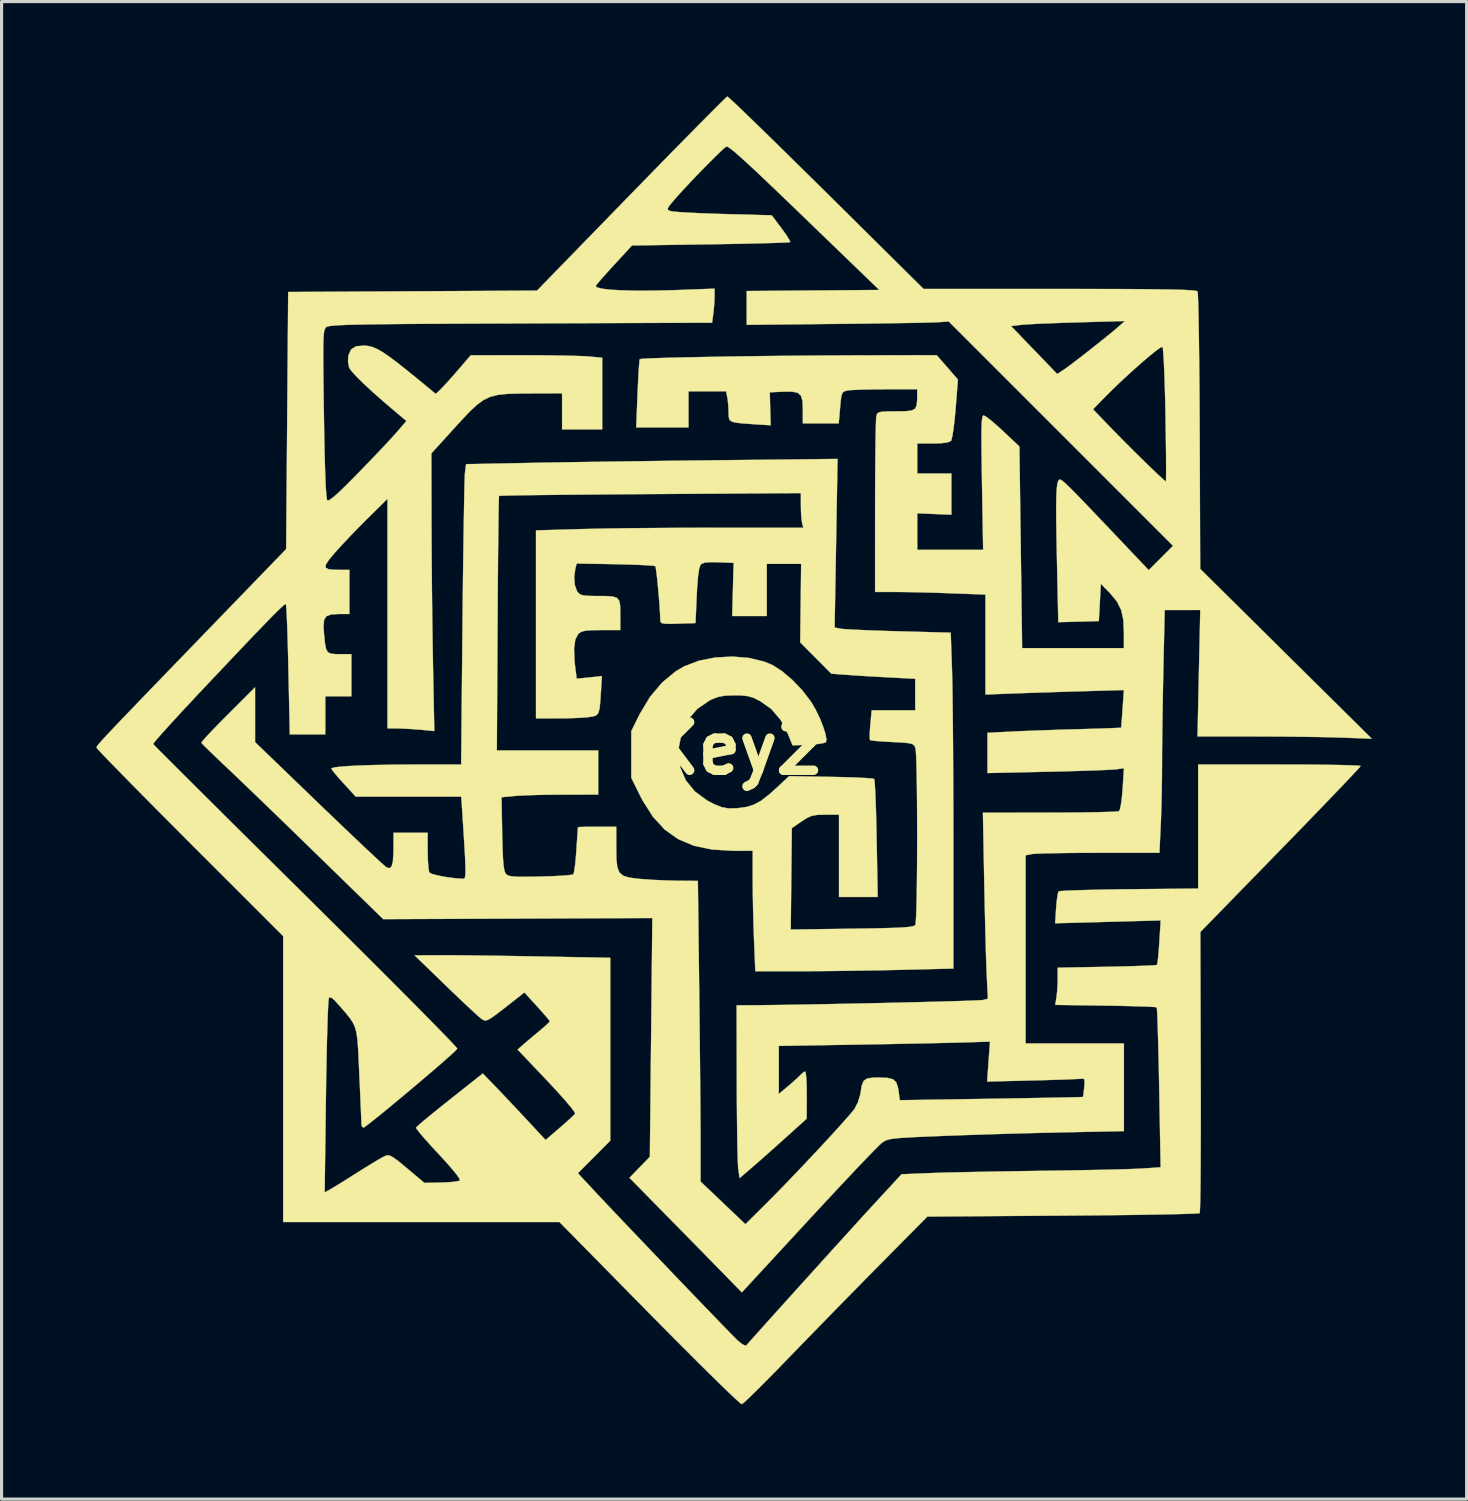
<source format=kicad_pcb>
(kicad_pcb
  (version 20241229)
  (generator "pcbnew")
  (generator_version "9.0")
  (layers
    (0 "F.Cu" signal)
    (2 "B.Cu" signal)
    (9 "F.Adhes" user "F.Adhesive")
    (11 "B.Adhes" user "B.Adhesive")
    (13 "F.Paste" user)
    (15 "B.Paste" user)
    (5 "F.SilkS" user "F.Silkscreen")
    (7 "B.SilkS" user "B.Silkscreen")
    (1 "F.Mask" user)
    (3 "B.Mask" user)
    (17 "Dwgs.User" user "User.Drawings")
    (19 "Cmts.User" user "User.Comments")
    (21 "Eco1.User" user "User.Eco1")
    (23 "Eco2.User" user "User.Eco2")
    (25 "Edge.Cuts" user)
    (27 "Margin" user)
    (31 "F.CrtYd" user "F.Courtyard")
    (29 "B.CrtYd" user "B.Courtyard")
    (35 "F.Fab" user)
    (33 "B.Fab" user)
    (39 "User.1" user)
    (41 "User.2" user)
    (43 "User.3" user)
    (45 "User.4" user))
  (footprint "Key2"
    (layer "F.Cu")
    (at 20.262 20.636)
    (property "Reference" "Key2" (at 0 0 0) (layer "F.SilkS") (effects (font (size 1.524 1.524) (thickness 0.3))))
    (attr through_hole)
    (fp_poly (pts (xy -0.241 -20.588) (xy -0.105 -20.464) (xy 0.106 -20.264) (xy 0.384 -19.996) (xy 0.723 -19.668) (xy 1.114 -19.286) (xy 1.551 -18.859) (xy 2.025 -18.392) (xy 2.53 -17.894) (xy 2.838 -17.59) (xy 5.915 -14.542) (xy 10.224 -14.542) (xy 11.107 -14.541) (xy 11.87 -14.54) (xy 12.521 -14.537) (xy 13.067 -14.533) (xy 13.516 -14.527) (xy 13.875 -14.521) (xy 14.152 -14.512) (xy 14.355 -14.501) (xy 14.489 -14.489) (xy 14.564 -14.474) (xy 14.585 -14.462) (xy 14.594 -14.387) (xy 14.603 -14.195) (xy 14.612 -13.897) (xy 14.62 -13.504) (xy 14.628 -13.026) (xy 14.635 -12.473) (xy 14.641 -11.857) (xy 14.647 -11.187) (xy 14.651 -10.474) (xy 14.653 -10.033) (xy 14.669 -5.683) (xy 20.098 -0.31) (xy 19.119 -0.345) (xy 18.781 -0.355) (xy 18.345 -0.364) (xy 17.843 -0.371) (xy 17.305 -0.377) (xy 16.761 -0.38) (xy 16.363 -0.381) (xy 14.585 -0.381) (xy 14.672 -4.382) (xy 14.109 -4.381) (xy 13.546 -4.381) (xy 13.504 -2.524) (xy 13.493 -1.978) (xy 13.483 -1.407) (xy 13.474 -0.843) (xy 13.467 -0.317) (xy 13.463 0.14) (xy 13.462 0.45) (xy 13.459 0.901) (xy 13.452 1.388) (xy 13.441 1.865) (xy 13.427 2.284) (xy 13.42 2.435) (xy 13.379 3.302) (xy 11.46 3.302) (xy 10.969 3.303) (xy 10.511 3.307) (xy 10.104 3.313) (xy 9.766 3.32) (xy 9.513 3.329) (xy 9.365 3.338) (xy 9.342 3.342) (xy 9.144 3.381) (xy 9.144 9.335) (xy 12.255 9.335) (xy 12.255 12.109) (xy 10.208 12.151) (xy 9.601 12.165) (xy 8.938 12.182) (xy 8.255 12.202) (xy 7.591 12.223) (xy 6.98 12.244) (xy 6.477 12.263) (xy 5.971 12.284) (xy 5.575 12.302) (xy 5.274 12.319) (xy 5.052 12.337) (xy 4.893 12.358) (xy 4.78 12.384) (xy 4.698 12.415) (xy 4.631 12.456) (xy 4.588 12.488) (xy 4.504 12.565) (xy 4.344 12.725) (xy 4.117 12.96) (xy 3.831 13.259) (xy 3.497 13.613) (xy 3.124 14.011) (xy 2.721 14.444) (xy 2.297 14.901) (xy 2.272 14.928) (xy 0.164 17.212) (xy -0.256 16.782) (xy -0.409 16.624) (xy -0.636 16.393) (xy -0.921 16.102) (xy -1.247 15.769) (xy -1.6 15.41) (xy -1.963 15.04) (xy -2.033 14.969) (xy -3.391 13.587) (xy -2.746 12.922) (xy -2.668 5.366) (xy -6.926 5.383) (xy -11.184 5.401) (xy -13.26 3.378) (xy -13.721 2.929) (xy -14.184 2.479) (xy -14.634 2.043) (xy -15.058 1.634) (xy -15.441 1.265) (xy -15.769 0.951) (xy -16.027 0.704) (xy -16.129 0.608) (xy -16.39 0.361) (xy -16.617 0.144) (xy -16.795 -0.029) (xy -16.907 -0.143) (xy -16.939 -0.181) (xy -16.901 -0.237) (xy -16.786 -0.367) (xy -16.608 -0.558) (xy -16.38 -0.794) (xy -16.116 -1.061) (xy -16.097 -1.079) (xy -15.24 -1.935) (xy -15.24 -0.2) (xy -13.216 1.751) (xy -12.791 2.159) (xy -12.391 2.541) (xy -12.027 2.888) (xy -11.708 3.189) (xy -11.443 3.437) (xy -11.244 3.621) (xy -11.119 3.733) (xy -11.081 3.763) (xy -10.984 3.789) (xy -10.918 3.73) (xy -10.879 3.576) (xy -10.861 3.313) (xy -10.859 3.159) (xy -10.858 2.667) (xy -9.779 2.667) (xy -9.778 3.254) (xy -9.772 3.523) (xy -9.757 3.747) (xy -9.735 3.894) (xy -9.723 3.928) (xy -9.639 3.972) (xy -9.462 4.019) (xy -9.224 4.064) (xy -8.958 4.101) (xy -8.698 4.122) (xy -8.644 4.125) (xy -8.617 4.116) (xy -8.597 4.078) (xy -8.585 4) (xy -8.581 3.868) (xy -8.585 3.67) (xy -8.597 3.392) (xy -8.618 3.023) (xy -8.648 2.55) (xy -8.676 2.111) (xy -8.715 1.524) (xy -12.054 1.524) (xy -12.44 1.102) (xy -12.612 0.911) (xy -12.744 0.754) (xy -12.818 0.655) (xy -12.827 0.635) (xy -12.765 0.607) (xy -12.588 0.581) (xy -12.306 0.558) (xy -11.931 0.539) (xy -11.474 0.524) (xy -10.945 0.514) (xy -10.357 0.509) (xy -10.153 0.508) (xy -8.718 0.508) (xy -8.675 -3.985) (xy -8.667 -4.736) (xy -8.659 -5.455) (xy -8.65 -6.131) (xy -8.641 -6.753) (xy -8.632 -7.31) (xy -8.624 -7.792) (xy -8.616 -8.188) (xy -8.608 -8.486) (xy -8.601 -8.675) (xy -8.596 -8.738) (xy -8.561 -8.998) (xy -6.424 -9.039) (xy -5.94 -9.048) (xy -5.351 -9.057) (xy -4.678 -9.068) (xy -3.942 -9.078) (xy -3.164 -9.089) (xy -2.366 -9.1) (xy -1.569 -9.11) (xy -0.795 -9.119) (xy -0.547 -9.122) (xy 3.193 -9.163) (xy 3.147 -6.496) (xy 3.1 -3.828) (xy 3.29 -3.79) (xy 3.404 -3.778) (xy 3.626 -3.764) (xy 3.935 -3.749) (xy 4.314 -3.734) (xy 4.742 -3.719) (xy 5.128 -3.708) (xy 6.775 -3.664) (xy 6.817 -2.425) (xy 6.824 -2.137) (xy 6.831 -1.737) (xy 6.837 -1.24) (xy 6.843 -0.663) (xy 6.848 -0.021) (xy 6.852 0.672) (xy 6.855 1.4) (xy 6.857 2.147) (xy 6.858 2.889) (xy 6.858 6.965) (xy 5.133 7.007) (xy 4.574 7.019) (xy 3.963 7.029) (xy 3.34 7.038) (xy 2.745 7.045) (xy 2.217 7.048) (xy 2 7.048) (xy 0.591 7.048) (xy 0.55 6.048) (xy 0.534 5.604) (xy 0.521 5.107) (xy 0.512 4.617) (xy 0.508 4.189) (xy 0.508 4.143) (xy 0.508 3.239) (xy -0.111 3.238) (xy -0.778 3.198) (xy -1.354 3.078) (xy -1.849 2.869) (xy -2.277 2.566) (xy -2.649 2.16) (xy -2.976 1.645) (xy -3.063 1.477) (xy -3.334 0.929) (xy -3.334 -0.549) (xy -3.065 -1.092) (xy -2.743 -1.629) (xy -2.357 -2.087) (xy -1.921 -2.446) (xy -1.661 -2.598) (xy -1.199 -2.775) (xy -0.679 -2.878) (xy -0.136 -2.908) (xy 0.396 -2.864) (xy 0.882 -2.745) (xy 1.136 -2.639) (xy 1.443 -2.442) (xy 1.771 -2.161) (xy 2.085 -1.831) (xy 2.352 -1.481) (xy 2.366 -1.46) (xy 2.502 -1.226) (xy 2.628 -0.964) (xy 2.733 -0.702) (xy 2.808 -0.469) (xy 2.842 -0.291) (xy 2.825 -0.198) (xy 2.735 -0.167) (xy 2.554 -0.139) (xy 2.317 -0.12) (xy 2.266 -0.118) (xy 1.77 -0.098) (xy 1.624 -0.457) (xy 1.393 -0.904) (xy 1.097 -1.249) (xy 0.751 -1.495) (xy 0.546 -1.598) (xy 0.363 -1.655) (xy 0.146 -1.679) (xy -0.064 -1.683) (xy -0.358 -1.672) (xy -0.582 -1.633) (xy -0.787 -1.555) (xy -0.849 -1.524) (xy -1.242 -1.257) (xy -1.542 -0.907) (xy -1.742 -0.488) (xy -1.835 -0.01) (xy -1.841 0.158) (xy -1.782 0.608) (xy -1.607 1.012) (xy -1.321 1.362) (xy -0.928 1.651) (xy -0.71 1.764) (xy -0.473 1.858) (xy -0.264 1.897) (xy -0.011 1.893) (xy 0.026 1.89) (xy 0.307 1.852) (xy 0.546 1.778) (xy 0.777 1.652) (xy 1.031 1.455) (xy 1.251 1.258) (xy 1.661 0.876) (xy 2.984 0.899) (xy 3.382 0.907) (xy 3.737 0.919) (xy 4.028 0.932) (xy 4.237 0.947) (xy 4.343 0.962) (xy 4.352 0.966) (xy 4.365 1.038) (xy 4.378 1.222) (xy 4.392 1.5) (xy 4.406 1.855) (xy 4.418 2.273) (xy 4.428 2.736) (xy 4.43 2.855) (xy 4.464 4.699) (xy 3.239 4.699) (xy 3.239 2.095) (xy 2.801 2.095) (xy 2.551 2.102) (xy 2.374 2.133) (xy 2.217 2.204) (xy 2.055 2.308) (xy 1.746 2.521) (xy 1.712 5.731) (xy 3.654 5.704) (xy 4.217 5.696) (xy 4.665 5.686) (xy 5.011 5.676) (xy 5.269 5.663) (xy 5.449 5.648) (xy 5.566 5.629) (xy 5.632 5.606) (xy 5.655 5.585) (xy 5.668 5.501) (xy 5.68 5.306) (xy 5.691 5.016) (xy 5.699 4.648) (xy 5.705 4.217) (xy 5.71 3.74) (xy 5.712 3.233) (xy 5.713 2.712) (xy 5.712 2.193) (xy 5.709 1.692) (xy 5.704 1.226) (xy 5.697 0.81) (xy 5.688 0.461) (xy 5.678 0.195) (xy 5.665 0.028) (xy 5.656 -0.019) (xy 5.623 -0.088) (xy 5.57 -0.134) (xy 5.472 -0.164) (xy 5.306 -0.183) (xy 5.045 -0.198) (xy 4.926 -0.203) (xy 4.647 -0.219) (xy 4.418 -0.236) (xy 4.267 -0.254) (xy 4.221 -0.266) (xy 4.211 -0.341) (xy 4.213 -0.507) (xy 4.229 -0.731) (xy 4.231 -0.753) (xy 4.273 -1.206) (xy 5.652 -1.206) (xy 5.652 -2.205) (xy 4.842 -2.248) (xy 4.472 -2.268) (xy 4.089 -2.29) (xy 3.743 -2.312) (xy 3.515 -2.328) (xy 2.997 -2.366) (xy 2.505 -2.861) (xy 2.012 -3.356) (xy 2.027 -4.599) (xy 2.041 -5.842) (xy 1.497 -5.842) (xy 0.953 -5.842) (xy 0.953 -4.191) (xy -0.141 -4.191) (xy -0.095 -5.874) (xy -0.578 -5.892) (xy -0.844 -5.896) (xy -1.013 -5.88) (xy -1.112 -5.84) (xy -1.143 -5.81) (xy -1.186 -5.691) (xy -1.222 -5.449) (xy -1.251 -5.085) (xy -1.264 -4.839) (xy -1.302 -3.969) (xy -1.857 -3.95) (xy -2.125 -3.944) (xy -2.291 -3.95) (xy -2.378 -3.971) (xy -2.411 -4.012) (xy -2.415 -4.046) (xy -2.423 -4.248) (xy -2.439 -4.51) (xy -2.462 -4.804) (xy -2.488 -5.101) (xy -2.515 -5.374) (xy -2.541 -5.594) (xy -2.562 -5.734) (xy -2.572 -5.769) (xy -2.646 -5.783) (xy -2.826 -5.797) (xy -3.093 -5.81) (xy -3.426 -5.822) (xy -3.805 -5.831) (xy -3.838 -5.832) (xy -5.062 -5.853) (xy -5.102 -5.705) (xy -5.141 -5.436) (xy -5.123 -5.177) (xy -5.052 -4.978) (xy -5.045 -4.967) (xy -4.98 -4.894) (xy -4.889 -4.852) (xy -4.741 -4.831) (xy -4.504 -4.825) (xy -4.457 -4.825) (xy -4.133 -4.823) (xy -3.915 -4.807) (xy -3.782 -4.761) (xy -3.713 -4.67) (xy -3.687 -4.518) (xy -3.683 -4.29) (xy -3.683 -4.247) (xy -3.683 -3.747) (xy -4.286 -3.747) (xy -4.578 -3.743) (xy -4.773 -3.729) (xy -4.898 -3.699) (xy -4.984 -3.649) (xy -5.016 -3.619) (xy -5.106 -3.447) (xy -5.145 -3.164) (xy -5.132 -2.774) (xy -5.102 -2.509) (xy -5.061 -2.207) (xy -4.662 -2.248) (xy -4.264 -2.289) (xy -4.295 -1.795) (xy -4.316 -1.476) (xy -4.339 -1.261) (xy -4.375 -1.127) (xy -4.434 -1.053) (xy -4.527 -1.017) (xy -4.664 -0.995) (xy -4.675 -0.993) (xy -4.865 -0.976) (xy -5.14 -0.962) (xy -5.456 -0.954) (xy -5.66 -0.953) (xy -6.35 -0.953) (xy -6.35 -6.901) (xy -4.911 -6.943) (xy -4.524 -6.952) (xy -4.033 -6.961) (xy -3.462 -6.969) (xy -2.834 -6.975) (xy -2.172 -6.98) (xy -1.499 -6.983) (xy -0.84 -6.985) (xy -0.681 -6.985) (xy 2.11 -6.985) (xy 2.072 -7.128) (xy 2.052 -7.266) (xy 2.037 -7.481) (xy 2.033 -7.677) (xy 2.032 -8.082) (xy -2.732 -8.051) (xy -3.498 -8.046) (xy -4.226 -8.04) (xy -4.907 -8.034) (xy -5.531 -8.028) (xy -6.088 -8.022) (xy -6.568 -8.016) (xy -6.961 -8.01) (xy -7.257 -8.004) (xy -7.446 -7.999) (xy -7.519 -7.995) (xy -7.519 -7.995) (xy -7.524 -7.928) (xy -7.529 -7.746) (xy -7.534 -7.458) (xy -7.54 -7.075) (xy -7.545 -6.609) (xy -7.551 -6.07) (xy -7.556 -5.468) (xy -7.561 -4.814) (xy -7.565 -4.12) (xy -7.566 -3.953) (xy -7.589 0.064) (xy -4.381 0.064) (xy -4.381 1.46) (xy -5.477 1.461) (xy -5.876 1.464) (xy -6.266 1.47) (xy -6.615 1.481) (xy -6.89 1.494) (xy -7.007 1.502) (xy -7.441 1.543) (xy -7.42 2.699) (xy -7.409 3.14) (xy -7.395 3.47) (xy -7.376 3.704) (xy -7.351 3.858) (xy -7.318 3.948) (xy -7.306 3.964) (xy -7.259 4.006) (xy -7.185 4.035) (xy -7.064 4.053) (xy -6.876 4.061) (xy -6.602 4.06) (xy -6.221 4.054) (xy -6.216 4.053) (xy -5.871 4.043) (xy -5.572 4.029) (xy -5.34 4.012) (xy -5.199 3.993) (xy -5.168 3.983) (xy -5.144 3.903) (xy -5.117 3.723) (xy -5.091 3.473) (xy -5.072 3.221) (xy -5.053 2.935) (xy -5.037 2.701) (xy -5.026 2.545) (xy -5.021 2.492) (xy -4.96 2.486) (xy -4.8 2.48) (xy -4.569 2.477) (xy -4.413 2.477) (xy -3.81 2.477) (xy -3.81 3.136) (xy -3.805 3.497) (xy -3.778 3.752) (xy -3.712 3.921) (xy -3.592 4.026) (xy -3.4 4.086) (xy -3.12 4.123) (xy -3.011 4.132) (xy -2.669 4.157) (xy -2.274 4.175) (xy -1.902 4.186) (xy -1.836 4.186) (xy -1.227 4.191) (xy -1.185 7.668) (xy -1.177 8.371) (xy -1.169 9.077) (xy -1.162 9.767) (xy -1.156 10.424) (xy -1.151 11.029) (xy -1.147 11.566) (xy -1.144 12.015) (xy -1.143 12.359) (xy -1.143 12.424) (xy -1.143 13.704) (xy 0.277 15.056) (xy 0.936 14.402) (xy 1.21 14.126) (xy 1.521 13.807) (xy 1.856 13.458) (xy 2.201 13.095) (xy 2.542 12.732) (xy 2.866 12.383) (xy 3.158 12.064) (xy 3.406 11.788) (xy 3.596 11.572) (xy 3.713 11.429) (xy 3.727 11.411) (xy 3.838 11.198) (xy 3.912 10.957) (xy 3.919 10.913) (xy 3.959 10.667) (xy 4.02 10.518) (xy 4.132 10.443) (xy 4.323 10.417) (xy 4.503 10.414) (xy 4.776 10.425) (xy 4.95 10.47) (xy 5.052 10.569) (xy 5.107 10.741) (xy 5.127 10.866) (xy 5.163 11.131) (xy 8.058 11.086) (xy 8.651 11.076) (xy 9.203 11.066) (xy 9.702 11.057) (xy 10.136 11.049) (xy 10.491 11.042) (xy 10.755 11.036) (xy 10.915 11.031) (xy 10.961 11.028) (xy 10.971 10.965) (xy 10.99 10.816) (xy 11 10.724) (xy 11.013 10.545) (xy 10.994 10.462) (xy 10.938 10.449) (xy 10.929 10.45) (xy 10.838 10.457) (xy 10.64 10.466) (xy 10.354 10.477) (xy 9.999 10.488) (xy 9.595 10.5) (xy 9.377 10.505) (xy 7.927 10.541) (xy 7.972 9.909) (xy 8.017 9.278) (xy 7.009 9.307) (xy 6.701 9.315) (xy 6.289 9.324) (xy 5.797 9.335) (xy 5.249 9.346) (xy 4.666 9.357) (xy 4.074 9.367) (xy 3.667 9.374) (xy 1.333 9.413) (xy 1.333 10.934) (xy 1.642 10.676) (xy 1.818 10.524) (xy 1.962 10.391) (xy 2.03 10.321) (xy 2.122 10.24) (xy 2.167 10.223) (xy 2.188 10.283) (xy 2.205 10.444) (xy 2.216 10.683) (xy 2.219 10.97) (xy 2.216 11.716) (xy 1.547 12.319) (xy 1.263 12.574) (xy 0.972 12.833) (xy 0.708 13.067) (xy 0.501 13.246) (xy 0.487 13.259) (xy 0.095 13.595) (xy 0.052 13.322) (xy 0.043 13.198) (xy 0.033 12.963) (xy 0.025 12.632) (xy 0.018 12.222) (xy 0.012 11.748) (xy 0.007 11.225) (xy 0.005 10.67) (xy 0.005 10.589) (xy 0 8.128) (xy 0.397 8.127) (xy 0.735 8.124) (xy 1.153 8.119) (xy 1.637 8.113) (xy 2.174 8.104) (xy 2.751 8.093) (xy 3.353 8.081) (xy 3.967 8.069) (xy 4.579 8.056) (xy 5.177 8.042) (xy 5.745 8.028) (xy 6.27 8.015) (xy 6.739 8.002) (xy 7.139 7.99) (xy 7.455 7.979) (xy 7.674 7.97) (xy 7.782 7.962) (xy 7.788 7.961) (xy 7.952 7.92) (xy 7.914 7.151) (xy 7.903 6.897) (xy 7.891 6.538) (xy 7.879 6.096) (xy 7.866 5.594) (xy 7.853 5.055) (xy 7.841 4.499) (xy 7.835 4.207) (xy 7.794 2.032) (xy 9.914 2.031) (xy 10.422 2.029) (xy 10.891 2.025) (xy 11.304 2.019) (xy 11.648 2.011) (xy 11.905 2.002) (xy 12.062 1.991) (xy 12.103 1.983) (xy 12.136 1.904) (xy 12.169 1.727) (xy 12.199 1.48) (xy 12.215 1.28) (xy 12.257 0.624) (xy 12.018 0.659) (xy 11.895 0.669) (xy 11.663 0.681) (xy 11.341 0.694) (xy 10.945 0.707) (xy 10.496 0.72) (xy 10.01 0.733) (xy 9.858 0.736) (xy 7.938 0.778) (xy 7.938 -0.495) (xy 8.652 -0.532) (xy 8.94 -0.546) (xy 9.321 -0.561) (xy 9.765 -0.577) (xy 10.236 -0.593) (xy 10.704 -0.607) (xy 10.763 -0.608) (xy 11.17 -0.62) (xy 11.53 -0.631) (xy 11.826 -0.641) (xy 12.04 -0.65) (xy 12.154 -0.655) (xy 12.167 -0.657) (xy 12.174 -0.72) (xy 12.187 -0.882) (xy 12.204 -1.113) (xy 12.214 -1.258) (xy 12.255 -1.849) (xy 11.001 -1.813) (xy 10.53 -1.799) (xy 10.022 -1.783) (xy 9.523 -1.767) (xy 9.075 -1.752) (xy 8.811 -1.742) (xy 7.874 -1.708) (xy 7.874 -4.87) (xy 6.779 -4.911) (xy 6.356 -4.926) (xy 5.92 -4.938) (xy 5.51 -4.947) (xy 5.166 -4.952) (xy 5.032 -4.953) (xy 4.381 -4.953) (xy 4.382 -7.668) (xy 4.383 -8.247) (xy 4.386 -8.792) (xy 4.39 -9.286) (xy 4.396 -9.717) (xy 4.402 -10.07) (xy 4.409 -10.332) (xy 4.417 -10.489) (xy 4.422 -10.525) (xy 4.447 -10.592) (xy 4.498 -10.634) (xy 4.6 -10.657) (xy 4.778 -10.666) (xy 5.048 -10.668) (xy 5.344 -10.672) (xy 5.536 -10.694) (xy 5.646 -10.751) (xy 5.697 -10.861) (xy 5.713 -11.039) (xy 5.714 -11.16) (xy 5.715 -11.367) (xy 4.707 -11.367) (xy 4.347 -11.364) (xy 4.018 -11.358) (xy 3.747 -11.348) (xy 3.562 -11.336) (xy 3.508 -11.328) (xy 3.413 -11.304) (xy 3.353 -11.259) (xy 3.317 -11.166) (xy 3.293 -10.997) (xy 3.274 -10.789) (xy 3.23 -10.287) (xy 2.663 -10.287) (xy 2.095 -10.287) (xy 2.095 -10.729) (xy 2.084 -10.995) (xy 2.036 -11.165) (xy 1.929 -11.258) (xy 1.74 -11.294) (xy 1.449 -11.29) (xy 1.443 -11.29) (xy 1.048 -11.271) (xy 1.062 -10.75) (xy 1.076 -10.228) (xy 0.554 -10.261) (xy 0.222 -10.284) (xy -0.004 -10.307) (xy -0.144 -10.339) (xy -0.218 -10.391) (xy -0.248 -10.472) (xy -0.254 -10.59) (xy -0.254 -10.63) (xy -0.264 -10.857) (xy -0.287 -11.069) (xy -0.294 -11.105) (xy -0.333 -11.303) (xy -1.524 -11.303) (xy -1.524 -10.16) (xy -2.351 -10.16) (xy -3.178 -10.16) (xy -3.136 -11.224) (xy -3.12 -11.578) (xy -3.104 -11.886) (xy -3.088 -12.126) (xy -3.074 -12.277) (xy -3.066 -12.319) (xy -2.995 -12.33) (xy -2.808 -12.341) (xy -2.518 -12.353) (xy -2.135 -12.365) (xy -1.671 -12.376) (xy -1.138 -12.387) (xy -0.547 -12.398) (xy 0.09 -12.408) (xy 0.762 -12.417) (xy 1.457 -12.425) (xy 2.164 -12.431) (xy 2.871 -12.436) (xy 3.567 -12.439) (xy 3.721 -12.44) (xy 6.331 -12.446) (xy 6.667 -12.06) (xy 7.002 -11.674) (xy 6.929 -10.747) (xy 6.898 -10.412) (xy 6.863 -10.119) (xy 6.828 -9.893) (xy 6.796 -9.759) (xy 6.785 -9.736) (xy 6.676 -9.685) (xy 6.45 -9.658) (xy 6.215 -9.652) (xy 5.715 -9.652) (xy 5.715 -8.7) (xy 6.795 -8.7) (xy 6.795 -7.398) (xy 6.255 -7.42) (xy 5.715 -7.443) (xy 5.715 -6.287) (xy 7.801 -6.287) (xy 7.764 -8.414) (xy 7.755 -8.999) (xy 7.749 -9.469) (xy 7.747 -9.837) (xy 7.749 -10.112) (xy 7.756 -10.308) (xy 7.768 -10.437) (xy 7.785 -10.509) (xy 7.807 -10.538) (xy 7.816 -10.54) (xy 7.896 -10.498) (xy 8.045 -10.385) (xy 8.239 -10.219) (xy 8.427 -10.047) (xy 8.948 -9.557) (xy 8.991 -6.366) (xy 9.034 -3.175) (xy 12.255 -3.175) (xy 12.255 -3.685) (xy 12.236 -4.077) (xy 12.167 -4.386) (xy 12.035 -4.649) (xy 11.825 -4.906) (xy 11.792 -4.94) (xy 11.525 -5.213) (xy 11.462 -4.032) (xy 10.821 -4.014) (xy 10.179 -3.996) (xy 10.134 -6.084) (xy 10.122 -6.717) (xy 10.114 -7.235) (xy 10.113 -7.646) (xy 10.117 -7.964) (xy 10.128 -8.197) (xy 10.146 -8.357) (xy 10.171 -8.455) (xy 10.204 -8.502) (xy 10.229 -8.509) (xy 10.262 -8.5) (xy 10.313 -8.467) (xy 10.391 -8.402) (xy 10.503 -8.295) (xy 10.661 -8.139) (xy 10.871 -7.923) (xy 11.143 -7.64) (xy 11.485 -7.281) (xy 11.846 -6.902) (xy 13.04 -5.643) (xy 13.81 -6.414) (xy 10.262 -9.963) (xy 9.491 -10.734) (xy 11.278 -10.734) (xy 11.844 -10.145) (xy 12.072 -9.911) (xy 12.328 -9.652) (xy 12.596 -9.385) (xy 12.86 -9.125) (xy 13.106 -8.887) (xy 13.316 -8.686) (xy 13.475 -8.538) (xy 13.567 -8.458) (xy 13.583 -8.449) (xy 13.588 -8.509) (xy 13.591 -8.681) (xy 13.591 -8.951) (xy 13.589 -9.304) (xy 13.584 -9.725) (xy 13.577 -10.199) (xy 13.571 -10.55) (xy 13.561 -11.055) (xy 13.548 -11.521) (xy 13.533 -11.93) (xy 13.518 -12.269) (xy 13.502 -12.522) (xy 13.486 -12.674) (xy 13.477 -12.711) (xy 13.414 -12.688) (xy 13.276 -12.591) (xy 13.078 -12.431) (xy 12.834 -12.224) (xy 12.561 -11.983) (xy 12.274 -11.72) (xy 11.988 -11.45) (xy 11.719 -11.186) (xy 11.592 -11.057) (xy 11.278 -10.734) (xy 9.491 -10.734) (xy 6.858 -13.367) (xy 8.683 -13.367) (xy 9.414 -12.608) (xy 10.145 -11.85) (xy 10.327 -11.968) (xy 10.445 -12.051) (xy 10.638 -12.194) (xy 10.879 -12.378) (xy 11.143 -12.584) (xy 11.176 -12.61) (xy 11.447 -12.825) (xy 11.703 -13.03) (xy 11.916 -13.204) (xy 12.058 -13.324) (xy 12.065 -13.331) (xy 12.287 -13.527) (xy 10.795 -13.485) (xy 10.352 -13.472) (xy 9.934 -13.456) (xy 9.563 -13.441) (xy 9.263 -13.425) (xy 9.055 -13.411) (xy 8.993 -13.405) (xy 8.683 -13.367) (xy 6.858 -13.367) (xy 6.713 -13.512) (xy 6.357 -13.488) (xy 6.219 -13.483) (xy 5.97 -13.476) (xy 5.623 -13.469) (xy 5.193 -13.462) (xy 4.697 -13.455) (xy 4.148 -13.447) (xy 3.562 -13.44) (xy 3.159 -13.436) (xy 0.318 -13.407) (xy 0.318 -14.476) (xy 2.416 -14.493) (xy 4.515 -14.51) (xy 2.4 -16.552) (xy 1.829 -17.103) (xy 1.341 -17.572) (xy 0.931 -17.963) (xy 0.592 -18.284) (xy 0.317 -18.539) (xy 0.1 -18.735) (xy -0.065 -18.879) (xy -0.185 -18.975) (xy -0.266 -19.03) (xy -0.316 -19.05) (xy -0.321 -19.05) (xy -0.383 -19.006) (xy -0.514 -18.886) (xy -0.699 -18.707) (xy -0.921 -18.485) (xy -1.163 -18.238) (xy -1.409 -17.982) (xy -1.642 -17.733) (xy -1.846 -17.51) (xy -1.968 -17.371) (xy -2.11 -17.202) (xy -2.177 -17.103) (xy -2.178 -17.05) (xy -2.122 -17.016) (xy -2.098 -17.007) (xy -1.997 -16.99) (xy -1.789 -16.973) (xy -1.493 -16.955) (xy -1.128 -16.938) (xy -0.714 -16.922) (xy -0.424 -16.913) (xy 1.111 -16.872) (xy 1.418 -16.463) (xy 1.557 -16.27) (xy 1.655 -16.118) (xy 1.696 -16.033) (xy 1.694 -16.024) (xy 1.626 -16.016) (xy 1.445 -16.007) (xy 1.164 -15.998) (xy 0.798 -15.987) (xy 0.359 -15.977) (xy -0.137 -15.967) (xy -0.677 -15.958) (xy -0.824 -15.956) (xy -3.312 -15.918) (xy -3.861 -15.323) (xy -4.073 -15.091) (xy -4.256 -14.886) (xy -4.39 -14.73) (xy -4.457 -14.645) (xy -4.459 -14.641) (xy -4.427 -14.593) (xy -4.279 -14.553) (xy -4.028 -14.521) (xy -3.685 -14.5) (xy -3.262 -14.488) (xy -2.77 -14.487) (xy -2.22 -14.497) (xy -1.923 -14.506) (xy -0.699 -14.551) (xy -0.699 -14.301) (xy -0.708 -14.071) (xy -0.731 -13.817) (xy -0.738 -13.762) (xy -0.778 -13.474) (xy -6.824 -13.452) (xy -7.849 -13.448) (xy -8.755 -13.444) (xy -9.548 -13.44) (xy -10.236 -13.436) (xy -10.827 -13.431) (xy -11.328 -13.425) (xy -11.745 -13.419) (xy -12.088 -13.412) (xy -12.362 -13.404) (xy -12.576 -13.395) (xy -12.737 -13.384) (xy -12.851 -13.372) (xy -12.928 -13.359) (xy -12.973 -13.344) (xy -12.986 -13.335) (xy -13.014 -13.306) (xy -13.037 -13.262) (xy -13.055 -13.191) (xy -13.068 -13.082) (xy -13.077 -12.923) (xy -13.082 -12.703) (xy -13.083 -12.408) (xy -13.081 -12.029) (xy -13.076 -11.553) (xy -13.068 -10.968) (xy -13.062 -10.579) (xy -13.05 -9.813) (xy -13.036 -9.174) (xy -13.02 -8.661) (xy -13.003 -8.273) (xy -12.984 -8.01) (xy -12.964 -7.871) (xy -12.955 -7.849) (xy -12.901 -7.854) (xy -12.79 -7.93) (xy -12.616 -8.081) (xy -12.373 -8.314) (xy -12.054 -8.635) (xy -11.959 -8.732) (xy -11.659 -9.043) (xy -11.369 -9.346) (xy -11.108 -9.622) (xy -10.896 -9.851) (xy -10.752 -10.012) (xy -10.741 -10.025) (xy -10.449 -10.365) (xy -10.764 -10.628) (xy -11.163 -10.967) (xy -11.518 -11.281) (xy -11.817 -11.559) (xy -12.05 -11.79) (xy -12.204 -11.963) (xy -12.264 -12.057) (xy -12.298 -12.239) (xy -12.288 -12.432) (xy -12.205 -12.624) (xy -12.04 -12.729) (xy -11.786 -12.75) (xy -11.659 -12.736) (xy -11.528 -12.705) (xy -11.383 -12.645) (xy -11.21 -12.547) (xy -10.995 -12.401) (xy -10.726 -12.199) (xy -10.387 -11.93) (xy -9.984 -11.601) (xy -9.522 -11.22) (xy -9.379 -11.354) (xy -9.276 -11.46) (xy -9.117 -11.634) (xy -8.928 -11.847) (xy -8.825 -11.966) (xy -8.414 -12.443) (xy -6.763 -12.444) (xy -6.29 -12.443) (xy -5.836 -12.438) (xy -5.422 -12.432) (xy -5.073 -12.423) (xy -4.81 -12.413) (xy -4.683 -12.405) (xy -4.255 -12.364) (xy -4.255 -10.097) (xy -5.524 -10.097) (xy -5.524 -11.239) (xy -6.429 -11.236) (xy -6.894 -11.233) (xy -7.261 -11.221) (xy -7.554 -11.19) (xy -7.796 -11.129) (xy -8.011 -11.027) (xy -8.222 -10.873) (xy -8.452 -10.657) (xy -8.725 -10.368) (xy -9.014 -10.051) (xy -9.661 -9.338) (xy -9.657 -7.098) (xy -9.654 -6.441) (xy -9.649 -5.705) (xy -9.642 -4.93) (xy -9.633 -4.157) (xy -9.623 -3.425) (xy -9.612 -2.775) (xy -9.611 -2.705) (xy -9.568 -0.551) (xy -10.007 -0.593) (xy -10.287 -0.615) (xy -10.567 -0.63) (xy -10.747 -0.635) (xy -11.049 -0.635) (xy -11.049 -4.269) (xy -11.049 -7.903) (xy -11.69 -7.27) (xy -11.965 -6.993) (xy -12.248 -6.701) (xy -12.504 -6.429) (xy -12.704 -6.208) (xy -12.712 -6.199) (xy -12.904 -5.969) (xy -13.003 -5.814) (xy -13.006 -5.72) (xy -12.91 -5.671) (xy -12.711 -5.654) (xy -12.589 -5.652) (xy -12.255 -5.652) (xy -12.255 -4.255) (xy -12.597 -4.255) (xy -12.832 -4.241) (xy -12.98 -4.188) (xy -13.055 -4.072) (xy -13.074 -3.871) (xy -13.058 -3.623) (xy -13.029 -3.335) (xy -12.994 -3.149) (xy -12.935 -3.045) (xy -12.836 -2.998) (xy -12.678 -2.985) (xy -12.566 -2.985) (xy -12.192 -2.985) (xy -12.192 -1.651) (xy -13.018 -1.651) (xy -13.018 -0.445) (xy -13.579 -0.445) (xy -14.14 -0.445) (xy -14.185 -2.49) (xy -14.196 -2.987) (xy -14.209 -3.442) (xy -14.222 -3.841) (xy -14.235 -4.167) (xy -14.247 -4.407) (xy -14.258 -4.543) (xy -14.263 -4.569) (xy -14.285 -4.566) (xy -14.333 -4.533) (xy -14.413 -4.462) (xy -14.532 -4.349) (xy -14.695 -4.186) (xy -14.908 -3.967) (xy -15.178 -3.687) (xy -15.511 -3.338) (xy -15.912 -2.916) (xy -16.387 -2.413) (xy -16.944 -1.824) (xy -17.3 -1.443) (xy -17.627 -1.092) (xy -17.913 -0.78) (xy -18.15 -0.518) (xy -18.328 -0.317) (xy -18.437 -0.187) (xy -18.467 -0.141) (xy -18.42 -0.091) (xy -18.289 0.043) (xy -18.079 0.253) (xy -17.796 0.536) (xy -17.447 0.884) (xy -17.036 1.293) (xy -16.571 1.755) (xy -16.057 2.266) (xy -15.499 2.819) (xy -14.904 3.409) (xy -14.278 4.029) (xy -13.635 4.666) (xy -12.984 5.311) (xy -12.359 5.932) (xy -11.766 6.522) (xy -11.211 7.076) (xy -10.7 7.588) (xy -10.239 8.052) (xy -9.833 8.463) (xy -9.489 8.813) (xy -9.211 9.098) (xy -9.007 9.312) (xy -8.881 9.448) (xy -8.841 9.5) (xy -8.892 9.559) (xy -9.027 9.684) (xy -9.231 9.866) (xy -9.488 10.09) (xy -9.785 10.345) (xy -10.107 10.618) (xy -10.438 10.897) (xy -10.765 11.169) (xy -11.072 11.423) (xy -11.344 11.645) (xy -11.568 11.823) (xy -11.728 11.946) (xy -11.809 12) (xy -11.815 12.002) (xy -11.864 11.949) (xy -11.874 11.88) (xy -11.877 11.783) (xy -11.885 11.579) (xy -11.897 11.288) (xy -11.913 10.93) (xy -11.931 10.524) (xy -11.941 10.308) (xy -11.962 9.837) (xy -11.981 9.471) (xy -12.003 9.192) (xy -12.035 8.978) (xy -12.082 8.808) (xy -12.151 8.663) (xy -12.247 8.522) (xy -12.375 8.364) (xy -12.543 8.169) (xy -12.566 8.143) (xy -12.725 7.968) (xy -12.826 7.884) (xy -12.886 7.88) (xy -12.905 7.903) (xy -12.917 7.983) (xy -12.929 8.178) (xy -12.942 8.475) (xy -12.954 8.859) (xy -12.967 9.32) (xy -12.978 9.843) (xy -12.989 10.416) (xy -12.998 11.023) (xy -13.038 14.049) (xy -12.89 13.97) (xy -12.78 13.905) (xy -12.589 13.789) (xy -12.345 13.637) (xy -12.074 13.466) (xy -12.07 13.463) (xy -11.792 13.288) (xy -11.535 13.13) (xy -11.327 13.005) (xy -11.198 12.933) (xy -11.117 12.893) (xy -11.047 12.874) (xy -10.97 12.887) (xy -10.869 12.94) (xy -10.726 13.044) (xy -10.524 13.209) (xy -10.246 13.443) (xy -10.185 13.494) (xy -9.884 13.748) (xy -9.349 13.738) (xy -9.097 13.727) (xy -8.894 13.707) (xy -8.772 13.68) (xy -8.756 13.671) (xy -8.777 13.605) (xy -8.879 13.461) (xy -9.053 13.251) (xy -9.291 12.984) (xy -9.432 12.833) (xy -9.673 12.572) (xy -9.879 12.342) (xy -10.035 12.158) (xy -10.128 12.038) (xy -10.147 11.999) (xy -10.094 11.945) (xy -9.955 11.825) (xy -9.747 11.652) (xy -9.484 11.438) (xy -9.18 11.195) (xy -9.081 11.116) (xy -8.033 10.286) (xy -7.618 10.715) (xy -7.406 10.937) (xy -7.143 11.215) (xy -6.864 11.512) (xy -6.625 11.768) (xy -6.046 12.391) (xy -5.599 12.006) (xy -5.398 11.83) (xy -5.234 11.681) (xy -5.131 11.58) (xy -5.11 11.555) (xy -5.14 11.491) (xy -5.246 11.351) (xy -5.416 11.148) (xy -5.639 10.898) (xy -5.901 10.614) (xy -6.001 10.508) (xy -6.932 9.528) (xy -6.752 9.37) (xy -6.606 9.245) (xy -6.409 9.079) (xy -6.242 8.94) (xy -6.076 8.799) (xy -5.957 8.689) (xy -5.911 8.636) (xy -5.911 8.636) (xy -5.951 8.578) (xy -6.058 8.45) (xy -6.214 8.273) (xy -6.314 8.162) (xy -6.717 7.72) (xy -7.077 8.004) (xy -7.385 8.245) (xy -7.609 8.417) (xy -7.767 8.529) (xy -7.874 8.59) (xy -7.948 8.611) (xy -8.006 8.598) (xy -8.064 8.563) (xy -8.077 8.554) (xy -8.165 8.481) (xy -8.328 8.333) (xy -8.551 8.127) (xy -8.817 7.875) (xy -9.11 7.594) (xy -9.207 7.5) (xy -10.192 6.547) (xy -9.335 6.544) (xy -9.06 6.544) (xy -8.682 6.547) (xy -8.222 6.552) (xy -7.703 6.559) (xy -7.147 6.567) (xy -6.577 6.577) (xy -6.239 6.583) (xy -4 6.625) (xy -4 12.412) (xy -5.024 13.441) (xy -4.469 14.039) (xy -4.277 14.243) (xy -4.023 14.512) (xy -3.717 14.835) (xy -3.369 15.201) (xy -2.991 15.597) (xy -2.594 16.013) (xy -2.188 16.437) (xy -1.786 16.857) (xy -1.397 17.263) (xy -1.032 17.642) (xy -0.703 17.983) (xy -0.421 18.275) (xy -0.196 18.506) (xy -0.039 18.665) (xy 0.025 18.729) (xy 0.177 18.854) (xy 0.282 18.898) (xy 0.308 18.888) (xy 0.571 18.594) (xy 0.897 18.229) (xy 1.273 17.812) (xy 1.682 17.357) (xy 2.111 16.882) (xy 2.545 16.402) (xy 2.968 15.934) (xy 3.367 15.495) (xy 3.725 15.1) (xy 4.029 14.766) (xy 4.264 14.51) (xy 4.273 14.5) (xy 5.218 13.475) (xy 6.117 13.438) (xy 6.384 13.429) (xy 6.757 13.418) (xy 7.218 13.408) (xy 7.746 13.397) (xy 8.321 13.387) (xy 8.923 13.377) (xy 9.533 13.368) (xy 9.652 13.366) (xy 10.244 13.358) (xy 10.817 13.348) (xy 11.356 13.338) (xy 11.841 13.327) (xy 12.256 13.316) (xy 12.584 13.305) (xy 12.808 13.295) (xy 12.853 13.293) (xy 13.418 13.254) (xy 13.372 10.74) (xy 13.362 10.187) (xy 13.35 9.675) (xy 13.338 9.217) (xy 13.326 8.827) (xy 13.315 8.518) (xy 13.305 8.305) (xy 13.296 8.201) (xy 13.294 8.193) (xy 13.224 8.183) (xy 13.044 8.172) (xy 12.773 8.162) (xy 12.427 8.152) (xy 12.023 8.143) (xy 11.671 8.137) (xy 10.082 8.115) (xy 10.12 7.883) (xy 10.143 7.682) (xy 10.157 7.429) (xy 10.159 7.295) (xy 10.16 6.938) (xy 11.715 6.909) (xy 12.146 6.9) (xy 12.535 6.889) (xy 12.862 6.878) (xy 13.11 6.866) (xy 13.262 6.856) (xy 13.302 6.848) (xy 13.319 6.775) (xy 13.34 6.603) (xy 13.361 6.359) (xy 13.377 6.128) (xy 13.419 5.441) (xy 11.749 5.487) (xy 10.079 5.532) (xy 10.11 5.051) (xy 10.131 4.814) (xy 10.157 4.628) (xy 10.183 4.529) (xy 10.188 4.523) (xy 10.26 4.512) (xy 10.444 4.5) (xy 10.726 4.489) (xy 11.09 4.478) (xy 11.521 4.468) (xy 12.005 4.46) (xy 12.419 4.455) (xy 14.605 4.434) (xy 14.605 0.508) (xy 17.177 0.508) (xy 17.734 0.509) (xy 18.25 0.512) (xy 18.711 0.517) (xy 19.103 0.524) (xy 19.414 0.532) (xy 19.63 0.541) (xy 19.737 0.551) (xy 19.747 0.556) (xy 19.704 0.609) (xy 19.579 0.744) (xy 19.382 0.954) (xy 19.12 1.23) (xy 18.8 1.564) (xy 18.43 1.948) (xy 18.02 2.373) (xy 17.575 2.831) (xy 17.209 3.207) (xy 14.673 5.81) (xy 14.686 10.234) (xy 14.688 10.972) (xy 14.688 11.674) (xy 14.687 12.327) (xy 14.685 12.923) (xy 14.682 13.45) (xy 14.677 13.899) (xy 14.672 14.259) (xy 14.665 14.52) (xy 14.658 14.671) (xy 14.652 14.706) (xy 14.582 14.714) (xy 14.396 14.723) (xy 14.103 14.732) (xy 13.715 14.741) (xy 13.243 14.75) (xy 12.695 14.759) (xy 12.084 14.767) (xy 11.419 14.774) (xy 10.711 14.78) (xy 10.32 14.783) (xy 6.036 14.813) (xy 4.521 16.344) (xy 4.073 16.798) (xy 3.575 17.305) (xy 3.055 17.836) (xy 2.541 18.363) (xy 2.06 18.857) (xy 1.64 19.29) (xy 1.627 19.304) (xy 1.284 19.657) (xy 0.967 19.979) (xy 0.688 20.26) (xy 0.456 20.487) (xy 0.285 20.651) (xy 0.184 20.739) (xy 0.165 20.752) (xy 0.107 20.711) (xy -0.032 20.587) (xy -0.244 20.387) (xy -0.522 20.118) (xy -0.857 19.79) (xy -1.243 19.408) (xy -1.671 18.98) (xy -2.134 18.515) (xy -2.624 18.019) (xy -2.763 17.878) (xy -5.608 14.986) (xy -14.351 14.986) (xy -14.351 5.937) (xy -17.304 2.985) (xy -17.81 2.477) (xy -18.289 1.996) (xy -18.733 1.548) (xy -19.135 1.141) (xy -19.487 0.782) (xy -19.782 0.48) (xy -20.012 0.241) (xy -20.17 0.074) (xy -20.249 -0.014) (xy -20.256 -0.026) (xy -20.252 -0.045) (xy -20.235 -0.076) (xy -20.199 -0.124) (xy -20.139 -0.195) (xy -20.049 -0.296) (xy -19.923 -0.433) (xy -19.755 -0.611) (xy -19.54 -0.838) (xy -19.272 -1.118) (xy -18.945 -1.458) (xy -18.553 -1.865) (xy -18.091 -2.343) (xy -17.553 -2.9) (xy -16.932 -3.542) (xy -16.862 -3.615) (xy -14.256 -6.309) (xy -14.224 -10.378) (xy -14.192 -14.446) (xy -6.318 -14.489) (xy -3.334 -17.556) (xy -2.827 -18.076) (xy -2.346 -18.569) (xy -1.898 -19.026) (xy -1.49 -19.441) (xy -1.129 -19.806) (xy -0.824 -20.114) (xy -0.581 -20.357) (xy -0.408 -20.527) (xy -0.311 -20.618) (xy -0.294 -20.631) (xy -0.241 -20.588)) (stroke (width 0.01) (type solid)) (fill yes) (layer "F.SilkS")))
  (gr_rect
    (start -3 -3)
    (end 43.364 44.392)
    (stroke (width 0.1) (type default))
    (fill no)
    (layer "Edge.Cuts")))
</source>
